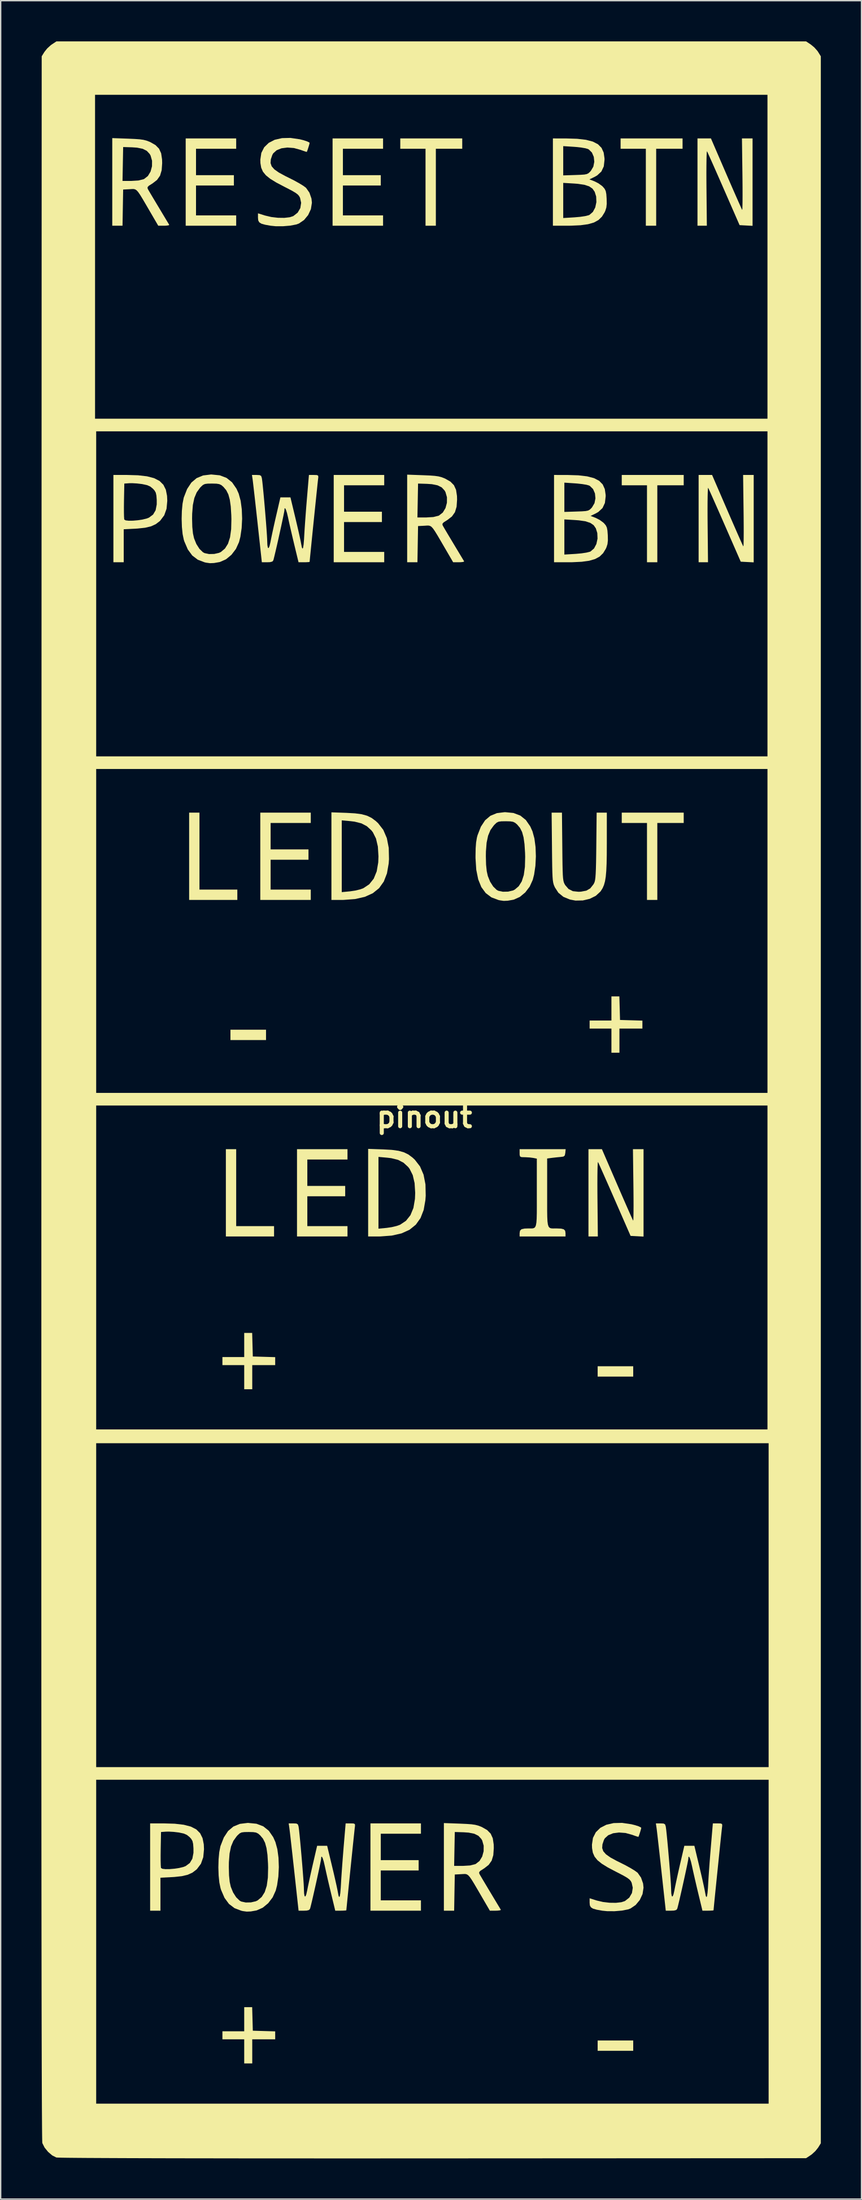
<source format=kicad_pcb>
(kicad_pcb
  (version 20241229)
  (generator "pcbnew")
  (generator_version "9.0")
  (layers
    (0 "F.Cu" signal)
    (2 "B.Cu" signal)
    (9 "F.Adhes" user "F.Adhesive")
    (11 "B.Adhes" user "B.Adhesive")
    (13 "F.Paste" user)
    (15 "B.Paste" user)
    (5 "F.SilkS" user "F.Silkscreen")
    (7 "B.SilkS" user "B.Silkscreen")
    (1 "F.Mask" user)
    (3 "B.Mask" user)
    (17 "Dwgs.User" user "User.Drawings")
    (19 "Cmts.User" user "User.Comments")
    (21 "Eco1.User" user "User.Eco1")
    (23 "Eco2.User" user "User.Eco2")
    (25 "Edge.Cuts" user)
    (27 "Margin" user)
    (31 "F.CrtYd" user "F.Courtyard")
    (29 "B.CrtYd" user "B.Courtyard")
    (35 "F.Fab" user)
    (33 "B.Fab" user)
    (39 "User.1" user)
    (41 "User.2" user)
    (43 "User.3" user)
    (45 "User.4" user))
  (footprint "pinout"
    (layer "F.Cu")
    (at 28.262 79.29)
    (property "Reference" "pinout" (at 0 0 0) (layer "F.SilkS") (effects (font (size 1.5 1.5) (thickness 0.3))))
    (attr board_only exclude_from_pos_files exclude_from_bom)
    (fp_poly (pts (xy -11.684 -6.054) (xy -11.684 -5.673) (xy -12.996 -5.673) (xy -14.309 -5.673) (xy -14.309 -6.054) (xy -14.309 -6.435) (xy -12.996 -6.435) (xy -11.684 -6.435)) (stroke (width 0) (type solid)) (fill yes) (layer "F.SilkS"))
    (fp_poly (pts (xy 15.409 18.754) (xy 15.409 19.135) (xy 14.097 19.135) (xy 12.785 19.135) (xy 12.785 18.754) (xy 12.785 18.373) (xy 14.097 18.373) (xy 15.409 18.373)) (stroke (width 0) (type solid)) (fill yes) (layer "F.SilkS"))
    (fp_poly (pts (xy 15.409 68.453) (xy 15.409 68.834) (xy 14.097 68.834) (xy 12.785 68.834) (xy 12.785 68.453) (xy 12.785 68.072) (xy 14.097 68.072) (xy 15.409 68.072)) (stroke (width 0) (type solid)) (fill yes) (layer "F.SilkS"))
    (fp_poly (pts (xy -16.595 -19.6) (xy -16.595 -16.764) (xy -15.198 -16.764) (xy -13.801 -16.764) (xy -13.801 -16.383) (xy -13.801 -16.002) (xy -15.579 -16.002) (xy -17.357 -16.002) (xy -17.357 -19.219) (xy -17.357 -22.437) (xy -16.976 -22.437) (xy -16.595 -22.437)) (stroke (width 0) (type solid)) (fill yes) (layer "F.SilkS"))
    (fp_poly (pts (xy -13.885 5.207) (xy -13.885 8.043) (xy -12.488 8.043) (xy -11.091 8.043) (xy -11.091 8.424) (xy -11.091 8.805) (xy -12.869 8.805) (xy -14.647 8.805) (xy -14.647 5.588) (xy -14.647 2.371) (xy -14.266 2.371) (xy -13.885 2.371)) (stroke (width 0) (type solid)) (fill yes) (layer "F.SilkS"))
    (fp_poly (pts (xy 2.794 -71.755) (xy 2.794 -71.374) (xy 1.82 -71.374) (xy 0.847 -71.374) (xy 0.847 -68.538) (xy 0.847 -65.701) (xy 0.466 -65.701) (xy 0.085 -65.701) (xy 0.085 -68.538) (xy 0.085 -71.374) (xy -0.847 -71.374) (xy -1.778 -71.374) (xy -1.778 -71.755) (xy -1.778 -72.136) (xy 0.508 -72.136) (xy 2.794 -72.136)) (stroke (width 0) (type solid)) (fill yes) (layer "F.SilkS"))
    (fp_poly (pts (xy 19.05 -71.755) (xy 19.05 -71.374) (xy 18.076 -71.374) (xy 17.103 -71.374) (xy 17.103 -68.538) (xy 17.103 -65.701) (xy 16.722 -65.701) (xy 16.341 -65.701) (xy 16.341 -68.538) (xy 16.341 -71.374) (xy 15.409 -71.374) (xy 14.478 -71.374) (xy 14.478 -71.755) (xy 14.478 -72.136) (xy 16.764 -72.136) (xy 19.05 -72.136)) (stroke (width 0) (type solid)) (fill yes) (layer "F.SilkS"))
    (fp_poly (pts (xy 19.135 -46.948) (xy 19.135 -46.567) (xy 18.161 -46.567) (xy 17.187 -46.567) (xy 17.187 -43.73) (xy 17.187 -40.894) (xy 16.806 -40.894) (xy 16.425 -40.894) (xy 16.425 -43.73) (xy 16.425 -46.567) (xy 15.494 -46.567) (xy 14.563 -46.567) (xy 14.563 -46.948) (xy 14.563 -47.329) (xy 16.849 -47.329) (xy 19.135 -47.329)) (stroke (width 0) (type solid)) (fill yes) (layer "F.SilkS"))
    (fp_poly (pts (xy 19.135 -22.056) (xy 19.135 -21.675) (xy 18.161 -21.675) (xy 17.187 -21.675) (xy 17.187 -18.838) (xy 17.187 -16.002) (xy 16.806 -16.002) (xy 16.425 -16.002) (xy 16.425 -18.838) (xy 16.425 -21.675) (xy 15.494 -21.675) (xy 14.563 -21.675) (xy 14.563 -22.056) (xy 14.563 -22.437) (xy 16.849 -22.437) (xy 19.135 -22.437)) (stroke (width 0) (type solid)) (fill yes) (layer "F.SilkS"))
    (fp_poly (pts (xy -13.885 -71.755) (xy -13.885 -71.374) (xy -15.367 -71.374) (xy -16.849 -71.374) (xy -16.849 -70.4) (xy -16.849 -69.427) (xy -15.452 -69.427) (xy -14.055 -69.427) (xy -14.055 -69.046) (xy -14.055 -68.665) (xy -15.452 -68.665) (xy -16.849 -68.665) (xy -16.849 -67.564) (xy -16.849 -66.463) (xy -15.367 -66.463) (xy -13.885 -66.463) (xy -13.885 -66.082) (xy -13.885 -65.701) (xy -15.748 -65.701) (xy -17.611 -65.701) (xy -17.611 -68.919) (xy -17.611 -72.136) (xy -15.748 -72.136) (xy -13.885 -72.136)) (stroke (width 0) (type solid)) (fill yes) (layer "F.SilkS"))
    (fp_poly (pts (xy -12.682 16.785) (xy -12.658 17.653) (xy -11.832 17.677) (xy -11.007 17.701) (xy -11.007 17.995) (xy -11.007 18.288) (xy -11.853 18.288) (xy -12.7 18.288) (xy -12.7 19.177) (xy -12.7 20.066) (xy -12.996 20.066) (xy -13.293 20.066) (xy -13.293 19.177) (xy -13.293 18.288) (xy -14.097 18.288) (xy -14.901 18.288) (xy -14.901 17.992) (xy -14.901 17.695) (xy -14.097 17.695) (xy -13.293 17.695) (xy -13.293 16.806) (xy -13.293 15.917) (xy -12.999 15.917) (xy -12.706 15.917)) (stroke (width 0) (type solid)) (fill yes) (layer "F.SilkS"))
    (fp_poly (pts (xy -12.682 66.484) (xy -12.658 67.352) (xy -11.832 67.377) (xy -11.007 67.401) (xy -11.007 67.694) (xy -11.007 67.987) (xy -11.853 67.987) (xy -12.7 67.987) (xy -12.7 68.876) (xy -12.7 69.765) (xy -12.996 69.765) (xy -13.293 69.765) (xy -13.293 68.876) (xy -13.293 67.987) (xy -14.097 67.987) (xy -14.901 67.987) (xy -14.901 67.691) (xy -14.901 67.395) (xy -14.097 67.395) (xy -13.293 67.395) (xy -13.293 66.506) (xy -13.293 65.617) (xy -12.999 65.617) (xy -12.706 65.617)) (stroke (width 0) (type solid)) (fill yes) (layer "F.SilkS"))
    (fp_poly (pts (xy -8.382 -22.056) (xy -8.382 -21.675) (xy -9.864 -21.675) (xy -11.345 -21.675) (xy -11.345 -20.701) (xy -11.345 -19.727) (xy -9.948 -19.727) (xy -8.551 -19.727) (xy -8.551 -19.346) (xy -8.551 -18.965) (xy -9.948 -18.965) (xy -11.345 -18.965) (xy -11.345 -17.865) (xy -11.345 -16.764) (xy -9.864 -16.764) (xy -8.382 -16.764) (xy -8.382 -16.383) (xy -8.382 -16.002) (xy -10.245 -16.002) (xy -12.107 -16.002) (xy -12.107 -19.219) (xy -12.107 -22.437) (xy -10.245 -22.437) (xy -8.382 -22.437)) (stroke (width 0) (type solid)) (fill yes) (layer "F.SilkS"))
    (fp_poly (pts (xy -5.673 2.752) (xy -5.673 3.133) (xy -7.154 3.133) (xy -8.636 3.133) (xy -8.636 4.106) (xy -8.636 5.08) (xy -7.239 5.08) (xy -5.842 5.08) (xy -5.842 5.461) (xy -5.842 5.842) (xy -7.239 5.842) (xy -8.636 5.842) (xy -8.636 6.943) (xy -8.636 8.043) (xy -7.154 8.043) (xy -5.673 8.043) (xy -5.673 8.424) (xy -5.673 8.805) (xy -7.535 8.805) (xy -9.398 8.805) (xy -9.398 5.588) (xy -9.398 2.371) (xy -7.535 2.371) (xy -5.673 2.371)) (stroke (width 0) (type solid)) (fill yes) (layer "F.SilkS"))
    (fp_poly (pts (xy -3.048 -71.755) (xy -3.048 -71.374) (xy -4.53 -71.374) (xy -6.011 -71.374) (xy -6.011 -70.4) (xy -6.011 -69.427) (xy -4.614 -69.427) (xy -3.217 -69.427) (xy -3.217 -69.046) (xy -3.217 -68.665) (xy -4.614 -68.665) (xy -6.011 -68.665) (xy -6.011 -67.564) (xy -6.011 -66.463) (xy -4.53 -66.463) (xy -3.048 -66.463) (xy -3.048 -66.082) (xy -3.048 -65.701) (xy -4.911 -65.701) (xy -6.773 -65.701) (xy -6.773 -68.919) (xy -6.773 -72.136) (xy -4.911 -72.136) (xy -3.048 -72.136)) (stroke (width 0) (type solid)) (fill yes) (layer "F.SilkS"))
    (fp_poly (pts (xy -2.963 -46.948) (xy -2.963 -46.567) (xy -4.445 -46.567) (xy -5.927 -46.567) (xy -5.927 -45.593) (xy -5.927 -44.619) (xy -4.53 -44.619) (xy -3.133 -44.619) (xy -3.133 -44.238) (xy -3.133 -43.857) (xy -4.53 -43.857) (xy -5.927 -43.857) (xy -5.927 -42.757) (xy -5.927 -41.656) (xy -4.445 -41.656) (xy -2.963 -41.656) (xy -2.963 -41.275) (xy -2.963 -40.894) (xy -4.826 -40.894) (xy -6.689 -40.894) (xy -6.689 -44.111) (xy -6.689 -47.329) (xy -4.826 -47.329) (xy -2.963 -47.329)) (stroke (width 0) (type solid)) (fill yes) (layer "F.SilkS"))
    (fp_poly (pts (xy -0.254 52.451) (xy -0.254 52.832) (xy -1.736 52.832) (xy -3.217 52.832) (xy -3.217 53.806) (xy -3.217 54.779) (xy -1.82 54.779) (xy -0.423 54.779) (xy -0.423 55.16) (xy -0.423 55.541) (xy -1.82 55.541) (xy -3.217 55.541) (xy -3.217 56.642) (xy -3.217 57.743) (xy -1.736 57.743) (xy -0.254 57.743) (xy -0.254 58.124) (xy -0.254 58.505) (xy -2.117 58.505) (xy -3.979 58.505) (xy -3.979 55.287) (xy -3.979 52.07) (xy -2.117 52.07) (xy -0.254 52.07)) (stroke (width 0) (type solid)) (fill yes) (layer "F.SilkS"))
    (fp_poly (pts (xy 14.412 -8.022) (xy 14.436 -7.154) (xy 15.261 -7.13) (xy 16.087 -7.106) (xy 16.087 -6.813) (xy 16.087 -6.519) (xy 15.24 -6.519) (xy 14.393 -6.519) (xy 14.393 -5.63) (xy 14.393 -4.741) (xy 14.097 -4.741) (xy 13.801 -4.741) (xy 13.801 -5.63) (xy 13.801 -6.519) (xy 12.996 -6.519) (xy 12.192 -6.519) (xy 12.192 -6.816) (xy 12.192 -7.112) (xy 12.996 -7.112) (xy 13.801 -7.112) (xy 13.801 -8.001) (xy 13.801 -8.89) (xy 14.094 -8.89) (xy 14.387 -8.89)) (stroke (width 0) (type solid)) (fill yes) (layer "F.SilkS"))
    (fp_poly (pts (xy 14.227 4.974) (xy 14.497 5.596) (xy 14.747 6.169) (xy 14.968 6.673) (xy 15.153 7.091) (xy 15.293 7.403) (xy 15.381 7.592) (xy 15.406 7.64) (xy 15.417 7.574) (xy 15.426 7.359) (xy 15.431 7.013) (xy 15.434 6.557) (xy 15.432 6.01) (xy 15.427 5.391) (xy 15.423 5.036) (xy 15.389 2.371) (xy 15.78 2.371) (xy 16.171 2.371) (xy 16.171 5.592) (xy 16.171 8.814) (xy 15.693 8.788) (xy 15.214 8.763) (xy 14.047 6.096) (xy 13.77 5.464) (xy 13.512 4.879) (xy 13.282 4.36) (xy 13.089 3.925) (xy 12.94 3.593) (xy 12.844 3.383) (xy 12.811 3.316) (xy 12.795 3.37) (xy 12.783 3.575) (xy 12.773 3.911) (xy 12.767 4.361) (xy 12.765 4.906) (xy 12.767 5.526) (xy 12.771 6.005) (xy 12.799 8.805) (xy 12.453 8.805) (xy 12.107 8.805) (xy 12.107 5.588) (xy 12.107 2.371) (xy 12.604 2.371) (xy 13.1 2.371)) (stroke (width 0) (type solid)) (fill yes) (layer "F.SilkS"))
    (fp_poly (pts (xy 22.27 -69.532) (xy 22.54 -68.91) (xy 22.79 -68.338) (xy 23.012 -67.834) (xy 23.197 -67.416) (xy 23.337 -67.104) (xy 23.424 -66.915) (xy 23.449 -66.867) (xy 23.461 -66.932) (xy 23.469 -67.148) (xy 23.475 -67.493) (xy 23.477 -67.95) (xy 23.476 -68.497) (xy 23.471 -69.115) (xy 23.467 -69.47) (xy 23.432 -72.136) (xy 23.823 -72.136) (xy 24.215 -72.136) (xy 24.215 -68.914) (xy 24.215 -65.693) (xy 23.736 -65.718) (xy 23.257 -65.744) (xy 22.09 -68.411) (xy 21.813 -69.043) (xy 21.555 -69.628) (xy 21.326 -70.147) (xy 21.132 -70.582) (xy 20.983 -70.913) (xy 20.887 -71.123) (xy 20.854 -71.19) (xy 20.839 -71.136) (xy 20.826 -70.932) (xy 20.817 -70.595) (xy 20.811 -70.145) (xy 20.808 -69.601) (xy 20.81 -68.98) (xy 20.814 -68.502) (xy 20.842 -65.701) (xy 20.496 -65.701) (xy 20.151 -65.701) (xy 20.151 -68.919) (xy 20.151 -72.136) (xy 20.647 -72.136) (xy 21.144 -72.136)) (stroke (width 0) (type solid)) (fill yes) (layer "F.SilkS"))
    (fp_poly (pts (xy 22.355 -44.725) (xy 22.625 -44.103) (xy 22.875 -43.531) (xy 23.096 -43.026) (xy 23.281 -42.609) (xy 23.421 -42.296) (xy 23.509 -42.108) (xy 23.534 -42.059) (xy 23.545 -42.125) (xy 23.554 -42.34) (xy 23.559 -42.686) (xy 23.562 -43.142) (xy 23.56 -43.689) (xy 23.555 -44.308) (xy 23.551 -44.663) (xy 23.517 -47.329) (xy 23.908 -47.329) (xy 24.299 -47.329) (xy 24.299 -44.107) (xy 24.299 -40.886) (xy 23.821 -40.911) (xy 23.342 -40.936) (xy 22.175 -43.603) (xy 21.898 -44.235) (xy 21.64 -44.82) (xy 21.41 -45.339) (xy 21.217 -45.774) (xy 21.068 -46.106) (xy 20.972 -46.316) (xy 20.939 -46.383) (xy 20.923 -46.329) (xy 20.911 -46.124) (xy 20.901 -45.788) (xy 20.895 -45.338) (xy 20.893 -44.794) (xy 20.895 -44.173) (xy 20.899 -43.695) (xy 20.927 -40.894) (xy 20.581 -40.894) (xy 20.235 -40.894) (xy 20.235 -44.111) (xy 20.235 -47.329) (xy 20.732 -47.329) (xy 21.228 -47.329)) (stroke (width 0) (type solid)) (fill yes) (layer "F.SilkS"))
    (fp_poly (pts (xy -5.736 -22.42) (xy -5.112 -22.384) (xy -4.62 -22.318) (xy -4.226 -22.209) (xy -3.893 -22.046) (xy -3.586 -21.818) (xy -3.413 -21.658) (xy -3.031 -21.166) (xy -2.769 -20.558) (xy -2.629 -19.838) (xy -2.61 -19.009) (xy -2.634 -18.68) (xy -2.761 -17.958) (xy -2.994 -17.356) (xy -3.341 -16.87) (xy -3.805 -16.496) (xy -4.393 -16.23) (xy -5.11 -16.067) (xy -5.961 -16.003) (xy -6.112 -16.002) (xy -6.858 -16.002) (xy -6.858 -19.23) (xy -6.858 -21.867) (xy -6.096 -21.867) (xy -6.096 -19.222) (xy -6.096 -16.577) (xy -5.482 -16.636) (xy -5.113 -16.69) (xy -4.756 -16.775) (xy -4.508 -16.863) (xy -4.068 -17.156) (xy -3.738 -17.569) (xy -3.518 -18.106) (xy -3.404 -18.77) (xy -3.387 -19.214) (xy -3.432 -19.937) (xy -3.569 -20.525) (xy -3.8 -20.988) (xy -3.911 -21.131) (xy -4.249 -21.439) (xy -4.648 -21.647) (xy -5.148 -21.772) (xy -5.448 -21.809) (xy -6.096 -21.867) (xy -6.858 -21.867) (xy -6.858 -22.459)) (stroke (width 0) (type solid)) (fill yes) (layer "F.SilkS"))
    (fp_poly (pts (xy -3.027 2.388) (xy -2.402 2.423) (xy -1.911 2.49) (xy -1.516 2.599) (xy -1.183 2.761) (xy -0.876 2.989) (xy -0.703 3.15) (xy -0.322 3.641) (xy -0.06 4.249) (xy 0.081 4.97) (xy 0.099 5.799) (xy 0.075 6.128) (xy -0.051 6.849) (xy -0.285 7.451) (xy -0.632 7.937) (xy -1.096 8.311) (xy -1.684 8.578) (xy -2.401 8.74) (xy -3.252 8.804) (xy -3.402 8.805) (xy -4.149 8.805) (xy -4.149 5.577) (xy -4.149 2.94) (xy -3.387 2.94) (xy -3.387 5.585) (xy -3.387 8.23) (xy -2.773 8.172) (xy -2.404 8.117) (xy -2.047 8.032) (xy -1.799 7.944) (xy -1.359 7.651) (xy -1.029 7.238) (xy -0.808 6.701) (xy -0.695 6.037) (xy -0.677 5.594) (xy -0.722 4.87) (xy -0.859 4.282) (xy -1.091 3.819) (xy -1.202 3.677) (xy -1.54 3.368) (xy -1.939 3.16) (xy -2.439 3.035) (xy -2.739 2.999) (xy -3.387 2.94) (xy -4.149 2.94) (xy -4.149 2.349)) (stroke (width 0) (type solid)) (fill yes) (layer "F.SilkS"))
    (fp_poly (pts (xy 10.398 2.646) (xy 10.361 2.833) (xy 10.262 2.916) (xy 10.075 2.942) (xy 9.789 2.969) (xy 9.469 3.005) (xy 9.419 3.011) (xy 9.059 3.058) (xy 9.059 5.584) (xy 9.059 6.322) (xy 9.059 6.907) (xy 9.066 7.358) (xy 9.083 7.693) (xy 9.115 7.927) (xy 9.167 8.079) (xy 9.242 8.166) (xy 9.346 8.206) (xy 9.483 8.216) (xy 9.657 8.213) (xy 9.737 8.213) (xy 10.08 8.226) (xy 10.286 8.278) (xy 10.387 8.384) (xy 10.414 8.56) (xy 10.414 8.56) (xy 10.414 8.805) (xy 8.721 8.805) (xy 7.027 8.805) (xy 7.027 8.56) (xy 7.057 8.379) (xy 7.166 8.272) (xy 7.386 8.223) (xy 7.662 8.213) (xy 7.841 8.215) (xy 7.982 8.211) (xy 8.091 8.184) (xy 8.172 8.114) (xy 8.228 7.986) (xy 8.265 7.782) (xy 8.286 7.484) (xy 8.296 7.075) (xy 8.298 6.537) (xy 8.297 5.853) (xy 8.297 5.59) (xy 8.297 3.069) (xy 8.033 3.016) (xy 7.772 2.982) (xy 7.463 2.964) (xy 7.398 2.963) (xy 7.168 2.956) (xy 7.061 2.911) (xy 7.029 2.789) (xy 7.027 2.667) (xy 7.027 2.371) (xy 8.726 2.371) (xy 10.425 2.371)) (stroke (width 0) (type solid)) (fill yes) (layer "F.SilkS"))
    (fp_poly (pts (xy -21.129 -47.305) (xy -20.465 -47.229) (xy -19.94 -47.092) (xy -19.541 -46.887) (xy -19.258 -46.607) (xy -19.076 -46.242) (xy -18.986 -45.786) (xy -18.969 -45.424) (xy -19.024 -44.834) (xy -19.194 -44.355) (xy -19.488 -43.963) (xy -19.526 -43.925) (xy -19.82 -43.701) (xy -20.167 -43.542) (xy -20.604 -43.438) (xy -21.165 -43.378) (xy -21.315 -43.369) (xy -22.183 -43.325) (xy -22.183 -42.11) (xy -22.183 -40.894) (xy -22.564 -40.894) (xy -22.945 -40.894) (xy -22.945 -44.111) (xy -22.945 -44.974) (xy -22.169 -44.974) (xy -22.168 -44.575) (xy -22.161 -44.265) (xy -22.148 -44.076) (xy -22.141 -44.039) (xy -22.036 -43.981) (xy -21.808 -43.955) (xy -21.498 -43.959) (xy -21.149 -43.989) (xy -20.804 -44.041) (xy -20.503 -44.113) (xy -20.321 -44.183) (xy -20.018 -44.408) (xy -19.83 -44.726) (xy -19.748 -45.154) (xy -19.747 -45.488) (xy -19.772 -45.812) (xy -19.82 -46.025) (xy -19.912 -46.186) (xy -20.031 -46.317) (xy -20.227 -46.476) (xy -20.463 -46.579) (xy -20.8 -46.652) (xy -20.845 -46.66) (xy -21.204 -46.702) (xy -21.557 -46.723) (xy -21.772 -46.72) (xy -22.14 -46.694) (xy -22.164 -45.427) (xy -22.169 -44.974) (xy -22.945 -44.974) (xy -22.945 -47.329) (xy -21.944 -47.329)) (stroke (width 0) (type solid)) (fill yes) (layer "F.SilkS"))
    (fp_poly (pts (xy -18.42 52.094) (xy -17.756 52.17) (xy -17.23 52.307) (xy -16.832 52.511) (xy -16.548 52.792) (xy -16.367 53.157) (xy -16.276 53.613) (xy -16.26 53.975) (xy -16.315 54.564) (xy -16.485 55.044) (xy -16.778 55.436) (xy -16.817 55.473) (xy -17.11 55.698) (xy -17.458 55.856) (xy -17.895 55.96) (xy -18.455 56.021) (xy -18.605 56.029) (xy -19.473 56.074) (xy -19.473 57.289) (xy -19.473 58.505) (xy -19.854 58.505) (xy -20.235 58.505) (xy -20.235 55.287) (xy -20.235 54.425) (xy -19.46 54.425) (xy -19.459 54.823) (xy -19.451 55.134) (xy -19.439 55.323) (xy -19.431 55.359) (xy -19.327 55.418) (xy -19.098 55.443) (xy -18.789 55.44) (xy -18.44 55.41) (xy -18.094 55.358) (xy -17.793 55.286) (xy -17.612 55.216) (xy -17.309 54.991) (xy -17.12 54.673) (xy -17.038 54.244) (xy -17.038 53.91) (xy -17.062 53.586) (xy -17.111 53.373) (xy -17.203 53.212) (xy -17.322 53.082) (xy -17.517 52.923) (xy -17.753 52.819) (xy -18.091 52.746) (xy -18.136 52.739) (xy -18.495 52.696) (xy -18.848 52.676) (xy -19.063 52.679) (xy -19.431 52.705) (xy -19.455 53.971) (xy -19.46 54.425) (xy -20.235 54.425) (xy -20.235 52.07) (xy -19.235 52.07)) (stroke (width 0) (type solid)) (fill yes) (layer "F.SilkS"))
    (fp_poly (pts (xy 10.177 -19.918) (xy 10.184 -19.197) (xy 10.192 -18.626) (xy 10.202 -18.184) (xy 10.215 -17.85) (xy 10.233 -17.605) (xy 10.258 -17.428) (xy 10.29 -17.3) (xy 10.332 -17.199) (xy 10.385 -17.106) (xy 10.394 -17.091) (xy 10.639 -16.808) (xy 10.957 -16.648) (xy 11.375 -16.603) (xy 11.556 -16.612) (xy 11.95 -16.686) (xy 12.237 -16.852) (xy 12.468 -17.142) (xy 12.518 -17.229) (xy 12.56 -17.326) (xy 12.593 -17.461) (xy 12.619 -17.654) (xy 12.639 -17.924) (xy 12.655 -18.291) (xy 12.668 -18.773) (xy 12.678 -19.391) (xy 12.685 -19.96) (xy 12.711 -22.437) (xy 13.087 -22.437) (xy 13.462 -22.437) (xy 13.462 -20.168) (xy 13.458 -19.352) (xy 13.446 -18.685) (xy 13.421 -18.146) (xy 13.383 -17.716) (xy 13.327 -17.374) (xy 13.251 -17.1) (xy 13.153 -16.873) (xy 13.029 -16.675) (xy 12.988 -16.618) (xy 12.651 -16.307) (xy 12.205 -16.085) (xy 11.692 -15.964) (xy 11.152 -15.954) (xy 10.747 -16.028) (xy 10.256 -16.23) (xy 9.888 -16.531) (xy 9.638 -16.913) (xy 9.582 -17.032) (xy 9.537 -17.151) (xy 9.503 -17.29) (xy 9.476 -17.469) (xy 9.457 -17.71) (xy 9.443 -18.033) (xy 9.432 -18.458) (xy 9.424 -19.007) (xy 9.416 -19.7) (xy 9.415 -19.875) (xy 9.389 -22.437) (xy 9.77 -22.437) (xy 10.151 -22.437)) (stroke (width 0) (type solid)) (fill yes) (layer "F.SilkS"))
    (fp_poly (pts (xy -21.857 -72.118) (xy -21.362 -72.096) (xy -20.998 -72.07) (xy -20.724 -72.031) (xy -20.503 -71.975) (xy -20.294 -71.896) (xy -20.219 -71.863) (xy -19.837 -71.644) (xy -19.577 -71.38) (xy -19.422 -71.039) (xy -19.354 -70.586) (xy -19.346 -70.316) (xy -19.383 -69.793) (xy -19.503 -69.391) (xy -19.725 -69.076) (xy -20.066 -68.813) (xy -20.115 -68.783) (xy -20.332 -68.645) (xy -20.425 -68.544) (xy -20.419 -68.443) (xy -20.398 -68.398) (xy -20.355 -68.321) (xy -20.277 -68.188) (xy -20.157 -67.985) (xy -19.987 -67.7) (xy -19.758 -67.318) (xy -19.463 -66.827) (xy -19.094 -66.212) (xy -18.824 -65.765) (xy -18.877 -65.729) (xy -19.055 -65.706) (xy -19.211 -65.701) (xy -19.636 -65.701) (xy -20.242 -66.739) (xy -20.554 -67.275) (xy -20.795 -67.684) (xy -20.978 -67.983) (xy -21.12 -68.187) (xy -21.236 -68.314) (xy -21.342 -68.381) (xy -21.452 -68.406) (xy -21.582 -68.404) (xy -21.742 -68.394) (xy -22.225 -68.368) (xy -22.248 -67.035) (xy -22.272 -65.701) (xy -22.65 -65.701) (xy -23.029 -65.701) (xy -23.029 -68.931) (xy -23.029 -69.003) (xy -22.272 -69.003) (xy -21.626 -69.003) (xy -21.095 -69.035) (xy -20.717 -69.13) (xy -20.681 -69.145) (xy -20.401 -69.365) (xy -20.203 -69.693) (xy -20.097 -70.084) (xy -20.093 -70.492) (xy -20.202 -70.873) (xy -20.268 -70.99) (xy -20.482 -71.22) (xy -20.784 -71.372) (xy -21.203 -71.456) (xy -21.566 -71.481) (xy -22.225 -71.501) (xy -22.248 -70.252) (xy -22.272 -69.003) (xy -23.029 -69.003) (xy -23.029 -72.16)) (stroke (width 0) (type solid)) (fill yes) (layer "F.SilkS"))
    (fp_poly (pts (xy -0.097 -47.31) (xy 0.397 -47.289) (xy 0.762 -47.262) (xy 1.035 -47.224) (xy 1.257 -47.168) (xy 1.466 -47.088) (xy 1.54 -47.055) (xy 1.923 -46.837) (xy 2.182 -46.573) (xy 2.337 -46.231) (xy 2.406 -45.779) (xy 2.413 -45.508) (xy 2.377 -44.986) (xy 2.256 -44.584) (xy 2.034 -44.269) (xy 1.693 -44.005) (xy 1.645 -43.976) (xy 1.427 -43.838) (xy 1.335 -43.737) (xy 1.34 -43.636) (xy 1.361 -43.591) (xy 1.405 -43.514) (xy 1.482 -43.38) (xy 1.602 -43.178) (xy 1.772 -42.892) (xy 2.001 -42.511) (xy 2.296 -42.019) (xy 2.666 -41.405) (xy 2.935 -40.958) (xy 2.882 -40.922) (xy 2.704 -40.899) (xy 2.548 -40.894) (xy 2.123 -40.894) (xy 1.518 -41.931) (xy 1.205 -42.468) (xy 0.965 -42.877) (xy 0.781 -43.175) (xy 0.639 -43.38) (xy 0.523 -43.507) (xy 0.418 -43.574) (xy 0.308 -43.598) (xy 0.178 -43.597) (xy 0.017 -43.586) (xy -0.466 -43.561) (xy -0.489 -42.227) (xy -0.512 -40.894) (xy -0.891 -40.894) (xy -1.27 -40.894) (xy -1.27 -44.123) (xy -1.27 -44.196) (xy -0.513 -44.196) (xy 0.133 -44.196) (xy 0.664 -44.228) (xy 1.042 -44.322) (xy 1.078 -44.338) (xy 1.358 -44.558) (xy 1.557 -44.886) (xy 1.663 -45.277) (xy 1.666 -45.685) (xy 1.557 -46.065) (xy 1.491 -46.183) (xy 1.278 -46.412) (xy 0.975 -46.564) (xy 0.556 -46.649) (xy 0.193 -46.673) (xy -0.466 -46.694) (xy -0.489 -45.445) (xy -0.513 -44.196) (xy -1.27 -44.196) (xy -1.27 -47.352)) (stroke (width 0) (type solid)) (fill yes) (layer "F.SilkS"))
    (fp_poly (pts (xy 2.612 52.088) (xy 3.107 52.11) (xy 3.471 52.136) (xy 3.744 52.175) (xy 3.966 52.231) (xy 4.175 52.31) (xy 4.249 52.343) (xy 4.632 52.562) (xy 4.892 52.826) (xy 5.047 53.167) (xy 5.115 53.62) (xy 5.122 53.89) (xy 5.086 54.413) (xy 4.966 54.815) (xy 4.743 55.13) (xy 4.403 55.393) (xy 4.354 55.423) (xy 4.137 55.561) (xy 4.044 55.662) (xy 4.049 55.763) (xy 4.071 55.808) (xy 4.114 55.885) (xy 4.192 56.018) (xy 4.311 56.221) (xy 4.482 56.506) (xy 4.71 56.888) (xy 5.005 57.379) (xy 5.375 57.994) (xy 5.644 58.441) (xy 5.591 58.477) (xy 5.413 58.5) (xy 5.258 58.505) (xy 4.832 58.505) (xy 4.227 57.468) (xy 3.914 56.931) (xy 3.674 56.522) (xy 3.49 56.223) (xy 3.348 56.019) (xy 3.232 55.892) (xy 3.127 55.825) (xy 3.017 55.8) (xy 2.887 55.802) (xy 2.727 55.812) (xy 2.244 55.838) (xy 2.22 57.171) (xy 2.197 58.505) (xy 1.818 58.505) (xy 1.439 58.505) (xy 1.439 55.275) (xy 1.439 55.203) (xy 2.197 55.203) (xy 2.842 55.203) (xy 3.374 55.171) (xy 3.752 55.076) (xy 3.787 55.061) (xy 4.068 54.841) (xy 4.266 54.513) (xy 4.372 54.122) (xy 4.376 53.714) (xy 4.267 53.333) (xy 4.201 53.216) (xy 3.987 52.986) (xy 3.684 52.834) (xy 3.265 52.75) (xy 2.902 52.725) (xy 2.244 52.705) (xy 2.22 53.954) (xy 2.197 55.203) (xy 1.439 55.203) (xy 1.439 52.046)) (stroke (width 0) (type solid)) (fill yes) (layer "F.SilkS"))
    (fp_poly (pts (xy 6.575 -22.411) (xy 7.079 -22.22) (xy 7.488 -21.892) (xy 7.814 -21.42) (xy 7.976 -21.058) (xy 8.119 -20.534) (xy 8.203 -19.902) (xy 8.227 -19.215) (xy 8.193 -18.522) (xy 8.098 -17.876) (xy 7.998 -17.484) (xy 7.771 -16.984) (xy 7.442 -16.553) (xy 7.042 -16.223) (xy 6.604 -16.027) (xy 6.536 -16.011) (xy 6.155 -15.945) (xy 5.857 -15.932) (xy 5.566 -15.973) (xy 5.461 -15.997) (xy 4.945 -16.192) (xy 4.526 -16.508) (xy 4.202 -16.948) (xy 3.971 -17.519) (xy 3.829 -18.225) (xy 3.774 -19.073) (xy 3.773 -19.219) (xy 4.536 -19.219) (xy 4.552 -18.602) (xy 4.602 -18.119) (xy 4.682 -17.764) (xy 4.852 -17.345) (xy 5.078 -16.991) (xy 5.33 -16.745) (xy 5.454 -16.677) (xy 5.786 -16.606) (xy 6.171 -16.614) (xy 6.524 -16.695) (xy 6.663 -16.76) (xy 6.961 -17.013) (xy 7.184 -17.368) (xy 7.335 -17.839) (xy 7.418 -18.438) (xy 7.437 -19.179) (xy 7.429 -19.47) (xy 7.388 -20.113) (xy 7.318 -20.616) (xy 7.21 -21.006) (xy 7.056 -21.31) (xy 6.849 -21.556) (xy 6.849 -21.557) (xy 6.695 -21.688) (xy 6.543 -21.761) (xy 6.336 -21.794) (xy 6.018 -21.802) (xy 5.999 -21.802) (xy 5.683 -21.797) (xy 5.48 -21.77) (xy 5.335 -21.7) (xy 5.192 -21.567) (xy 5.12 -21.49) (xy 4.875 -21.152) (xy 4.702 -20.736) (xy 4.592 -20.219) (xy 4.541 -19.576) (xy 4.536 -19.219) (xy 3.773 -19.219) (xy 3.783 -19.793) (xy 3.816 -20.238) (xy 3.876 -20.596) (xy 3.924 -20.776) (xy 4.168 -21.4) (xy 4.479 -21.873) (xy 4.869 -22.203) (xy 5.347 -22.4) (xy 5.923 -22.471) (xy 5.969 -22.471)) (stroke (width 0) (type solid)) (fill yes) (layer "F.SilkS"))
    (fp_poly (pts (xy -9.193 -72.073) (xy -8.911 -72.002) (xy -8.666 -71.922) (xy -8.504 -71.846) (xy -8.467 -71.808) (xy -8.491 -71.697) (xy -8.548 -71.503) (xy -8.614 -71.299) (xy -8.665 -71.161) (xy -8.675 -71.143) (xy -8.754 -71.16) (xy -8.944 -71.224) (xy -9.129 -71.291) (xy -9.626 -71.428) (xy -10.108 -71.464) (xy -10.544 -71.408) (xy -10.903 -71.263) (xy -11.154 -71.035) (xy -11.221 -70.914) (xy -11.33 -70.592) (xy -11.349 -70.32) (xy -11.267 -70.081) (xy -11.069 -69.855) (xy -10.742 -69.624) (xy -10.272 -69.368) (xy -10.034 -69.251) (xy -9.623 -69.044) (xy -9.246 -68.836) (xy -8.942 -68.65) (xy -8.748 -68.508) (xy -8.729 -68.491) (xy -8.481 -68.138) (xy -8.331 -67.703) (xy -8.298 -67.395) (xy -8.372 -66.925) (xy -8.575 -66.488) (xy -8.878 -66.122) (xy -9.255 -65.865) (xy -9.442 -65.795) (xy -9.897 -65.707) (xy -10.436 -65.662) (xy -10.976 -65.664) (xy -11.346 -65.701) (xy -11.757 -65.775) (xy -12.027 -65.853) (xy -12.185 -65.953) (xy -12.259 -66.092) (xy -12.277 -66.283) (xy -12.277 -66.615) (xy -11.748 -66.45) (xy -11.292 -66.343) (xy -10.804 -66.286) (xy -10.334 -66.28) (xy -9.932 -66.326) (xy -9.674 -66.41) (xy -9.351 -66.663) (xy -9.152 -67.003) (xy -9.092 -67.391) (xy -9.173 -67.757) (xy -9.241 -67.887) (xy -9.343 -68.004) (xy -9.507 -68.127) (xy -9.758 -68.275) (xy -10.124 -68.467) (xy -10.342 -68.578) (xy -10.93 -68.887) (xy -11.375 -69.161) (xy -11.696 -69.42) (xy -11.912 -69.685) (xy -12.039 -69.975) (xy -12.097 -70.313) (xy -12.105 -70.57) (xy -12.03 -71.069) (xy -11.819 -71.484) (xy -11.485 -71.809) (xy -11.042 -72.036) (xy -10.503 -72.159) (xy -9.882 -72.174)) (stroke (width 0) (type solid)) (fill yes) (layer "F.SilkS"))
    (fp_poly (pts (xy 15.275 52.133) (xy 15.557 52.204) (xy 15.803 52.284) (xy 15.964 52.36) (xy 16.002 52.398) (xy 15.978 52.509) (xy 15.921 52.703) (xy 15.855 52.907) (xy 15.803 53.045) (xy 15.794 53.063) (xy 15.715 53.046) (xy 15.524 52.982) (xy 15.34 52.915) (xy 14.843 52.778) (xy 14.361 52.742) (xy 13.925 52.798) (xy 13.566 52.943) (xy 13.314 53.171) (xy 13.247 53.292) (xy 13.139 53.614) (xy 13.119 53.886) (xy 13.202 54.125) (xy 13.4 54.351) (xy 13.727 54.582) (xy 14.196 54.838) (xy 14.435 54.955) (xy 14.846 55.162) (xy 15.222 55.37) (xy 15.527 55.556) (xy 15.721 55.698) (xy 15.739 55.715) (xy 15.987 56.068) (xy 16.138 56.503) (xy 16.17 56.811) (xy 16.097 57.281) (xy 15.894 57.718) (xy 15.59 58.084) (xy 15.213 58.341) (xy 15.026 58.411) (xy 14.571 58.499) (xy 14.033 58.544) (xy 13.492 58.542) (xy 13.122 58.505) (xy 12.712 58.431) (xy 12.441 58.353) (xy 12.284 58.253) (xy 12.21 58.114) (xy 12.192 57.923) (xy 12.192 57.591) (xy 12.721 57.756) (xy 13.177 57.863) (xy 13.664 57.92) (xy 14.134 57.926) (xy 14.537 57.88) (xy 14.795 57.796) (xy 15.118 57.543) (xy 15.316 57.203) (xy 15.376 56.815) (xy 15.295 56.449) (xy 15.228 56.319) (xy 15.126 56.202) (xy 14.962 56.079) (xy 14.71 55.931) (xy 14.344 55.739) (xy 14.126 55.628) (xy 13.539 55.319) (xy 13.094 55.045) (xy 12.772 54.786) (xy 12.557 54.521) (xy 12.43 54.231) (xy 12.372 53.893) (xy 12.364 53.636) (xy 12.439 53.137) (xy 12.65 52.722) (xy 12.984 52.397) (xy 13.427 52.17) (xy 13.966 52.047) (xy 14.586 52.032)) (stroke (width 0) (type solid)) (fill yes) (layer "F.SilkS"))
    (fp_poly (pts (xy -15.099 -47.303) (xy -14.596 -47.112) (xy -14.187 -46.784) (xy -13.861 -46.312) (xy -13.699 -45.95) (xy -13.556 -45.426) (xy -13.472 -44.794) (xy -13.447 -44.107) (xy -13.482 -43.414) (xy -13.576 -42.768) (xy -13.677 -42.376) (xy -13.904 -41.876) (xy -14.233 -41.445) (xy -14.632 -41.115) (xy -15.071 -40.919) (xy -15.138 -40.903) (xy -15.519 -40.837) (xy -15.817 -40.824) (xy -16.109 -40.865) (xy -16.214 -40.889) (xy -16.718 -41.08) (xy -17.128 -41.392) (xy -17.455 -41.837) (xy -17.71 -42.427) (xy -17.751 -42.554) (xy -17.838 -42.971) (xy -17.891 -43.499) (xy -17.909 -44.084) (xy -17.909 -44.111) (xy -17.139 -44.111) (xy -17.123 -43.494) (xy -17.073 -43.011) (xy -16.993 -42.656) (xy -16.823 -42.237) (xy -16.597 -41.883) (xy -16.344 -41.637) (xy -16.221 -41.569) (xy -15.889 -41.498) (xy -15.504 -41.506) (xy -15.15 -41.587) (xy -15.012 -41.652) (xy -14.713 -41.905) (xy -14.49 -42.26) (xy -14.339 -42.731) (xy -14.256 -43.33) (xy -14.238 -44.071) (xy -14.246 -44.362) (xy -14.286 -45.005) (xy -14.357 -45.508) (xy -14.465 -45.898) (xy -14.619 -46.202) (xy -14.825 -46.448) (xy -14.826 -46.449) (xy -14.979 -46.58) (xy -15.132 -46.653) (xy -15.339 -46.686) (xy -15.657 -46.694) (xy -15.675 -46.694) (xy -15.992 -46.689) (xy -16.194 -46.662) (xy -16.339 -46.592) (xy -16.483 -46.459) (xy -16.555 -46.382) (xy -16.799 -46.044) (xy -16.973 -45.628) (xy -17.082 -45.111) (xy -17.133 -44.468) (xy -17.139 -44.111) (xy -17.909 -44.111) (xy -17.894 -44.671) (xy -17.844 -45.207) (xy -17.76 -45.636) (xy -17.751 -45.668) (xy -17.507 -46.292) (xy -17.195 -46.765) (xy -16.806 -47.095) (xy -16.328 -47.292) (xy -15.752 -47.363) (xy -15.706 -47.363)) (stroke (width 0) (type solid)) (fill yes) (layer "F.SilkS"))
    (fp_poly (pts (xy -12.39 52.096) (xy -11.887 52.287) (xy -11.477 52.614) (xy -11.152 53.086) (xy -10.99 53.449) (xy -10.847 53.973) (xy -10.763 54.604) (xy -10.738 55.292) (xy -10.773 55.985) (xy -10.867 56.631) (xy -10.967 57.022) (xy -11.194 57.523) (xy -11.523 57.954) (xy -11.923 58.283) (xy -12.362 58.479) (xy -12.429 58.495) (xy -12.81 58.562) (xy -13.108 58.574) (xy -13.4 58.534) (xy -13.504 58.51) (xy -14.008 58.319) (xy -14.419 58.006) (xy -14.746 57.561) (xy -15.001 56.972) (xy -15.041 56.844) (xy -15.128 56.428) (xy -15.181 55.9) (xy -15.2 55.315) (xy -15.199 55.287) (xy -14.429 55.287) (xy -14.413 55.905) (xy -14.363 56.388) (xy -14.284 56.742) (xy -14.113 57.162) (xy -13.887 57.515) (xy -13.635 57.761) (xy -13.511 57.83) (xy -13.18 57.901) (xy -12.795 57.893) (xy -12.441 57.812) (xy -12.302 57.746) (xy -12.004 57.494) (xy -11.781 57.138) (xy -11.63 56.668) (xy -11.547 56.068) (xy -11.529 55.328) (xy -11.537 55.037) (xy -11.577 54.393) (xy -11.648 53.891) (xy -11.756 53.501) (xy -11.909 53.197) (xy -12.116 52.951) (xy -12.117 52.95) (xy -12.27 52.819) (xy -12.422 52.745) (xy -12.629 52.713) (xy -12.947 52.705) (xy -12.966 52.705) (xy -13.282 52.71) (xy -13.485 52.737) (xy -13.63 52.807) (xy -13.774 52.939) (xy -13.846 53.017) (xy -14.09 53.355) (xy -14.264 53.77) (xy -14.373 54.287) (xy -14.424 54.931) (xy -14.429 55.287) (xy -15.199 55.287) (xy -15.184 54.727) (xy -15.135 54.192) (xy -15.051 53.762) (xy -15.041 53.73) (xy -14.797 53.107) (xy -14.486 52.634) (xy -14.096 52.304) (xy -13.619 52.107) (xy -13.043 52.036) (xy -12.996 52.036)) (stroke (width 0) (type solid)) (fill yes) (layer "F.SilkS"))
    (fp_poly (pts (xy 10.477 -72.134) (xy 11.277 -72.109) (xy 11.925 -72.034) (xy 12.433 -71.901) (xy 12.811 -71.704) (xy 13.073 -71.438) (xy 13.229 -71.094) (xy 13.29 -70.668) (xy 13.292 -70.561) (xy 13.237 -70.074) (xy 13.061 -69.697) (xy 12.752 -69.41) (xy 12.544 -69.293) (xy 12.178 -69.117) (xy 12.551 -68.974) (xy 12.844 -68.825) (xy 13.112 -68.631) (xy 13.171 -68.574) (xy 13.302 -68.419) (xy 13.381 -68.256) (xy 13.424 -68.032) (xy 13.448 -67.694) (xy 13.448 -67.69) (xy 13.456 -67.315) (xy 13.426 -67.04) (xy 13.349 -66.798) (xy 13.299 -66.688) (xy 13.102 -66.369) (xy 12.846 -66.121) (xy 12.51 -65.937) (xy 12.074 -65.812) (xy 11.519 -65.736) (xy 10.825 -65.704) (xy 10.529 -65.701) (xy 9.483 -65.701) (xy 9.483 -68.859) (xy 10.245 -68.859) (xy 10.245 -67.564) (xy 10.245 -66.268) (xy 11.088 -66.32) (xy 11.507 -66.357) (xy 11.867 -66.411) (xy 12.12 -66.474) (xy 12.178 -66.498) (xy 12.433 -66.719) (xy 12.608 -67.048) (xy 12.692 -67.442) (xy 12.675 -67.855) (xy 12.566 -68.201) (xy 12.405 -68.433) (xy 12.16 -68.603) (xy 11.807 -68.718) (xy 11.321 -68.79) (xy 11.042 -68.811) (xy 10.245 -68.859) (xy 9.483 -68.859) (xy 9.483 -68.919) (xy 9.483 -71.569) (xy 10.245 -71.569) (xy 10.245 -70.49) (xy 10.245 -69.411) (xy 11.141 -69.44) (xy 11.54 -69.455) (xy 11.808 -69.474) (xy 11.984 -69.509) (xy 12.106 -69.57) (xy 12.212 -69.667) (xy 12.284 -69.746) (xy 12.467 -70.056) (xy 12.537 -70.415) (xy 12.5 -70.776) (xy 12.362 -71.094) (xy 12.13 -71.324) (xy 12.061 -71.36) (xy 11.876 -71.412) (xy 11.574 -71.463) (xy 11.208 -71.504) (xy 11.039 -71.517) (xy 10.245 -71.569) (xy 9.483 -71.569) (xy 9.483 -72.136)) (stroke (width 0) (type solid)) (fill yes) (layer "F.SilkS"))
    (fp_poly (pts (xy 10.562 -47.327) (xy 11.362 -47.302) (xy 12.01 -47.226) (xy 12.517 -47.094) (xy 12.896 -46.897) (xy 13.158 -46.63) (xy 13.313 -46.287) (xy 13.375 -45.86) (xy 13.377 -45.754) (xy 13.321 -45.267) (xy 13.145 -44.89) (xy 12.837 -44.602) (xy 12.629 -44.485) (xy 12.262 -44.309) (xy 12.636 -44.166) (xy 12.928 -44.018) (xy 13.197 -43.823) (xy 13.256 -43.767) (xy 13.387 -43.612) (xy 13.465 -43.449) (xy 13.508 -43.225) (xy 13.533 -42.886) (xy 13.533 -42.883) (xy 13.541 -42.507) (xy 13.511 -42.232) (xy 13.434 -41.991) (xy 13.383 -41.88) (xy 13.187 -41.561) (xy 12.931 -41.313) (xy 12.594 -41.13) (xy 12.159 -41.004) (xy 11.604 -40.929) (xy 10.91 -40.896) (xy 10.614 -40.894) (xy 9.567 -40.894) (xy 9.567 -44.052) (xy 10.329 -44.052) (xy 10.329 -42.756) (xy 10.329 -41.461) (xy 11.173 -41.512) (xy 11.592 -41.55) (xy 11.951 -41.604) (xy 12.205 -41.667) (xy 12.262 -41.691) (xy 12.518 -41.911) (xy 12.692 -42.241) (xy 12.776 -42.635) (xy 12.759 -43.048) (xy 12.651 -43.393) (xy 12.49 -43.626) (xy 12.245 -43.795) (xy 11.891 -43.911) (xy 11.406 -43.983) (xy 11.127 -44.004) (xy 10.329 -44.052) (xy 9.567 -44.052) (xy 9.567 -44.111) (xy 9.567 -46.762) (xy 10.329 -46.762) (xy 10.329 -45.683) (xy 10.329 -44.604) (xy 11.225 -44.633) (xy 11.625 -44.647) (xy 11.893 -44.667) (xy 12.069 -44.702) (xy 12.191 -44.763) (xy 12.297 -44.859) (xy 12.368 -44.938) (xy 12.552 -45.249) (xy 12.622 -45.608) (xy 12.585 -45.969) (xy 12.447 -46.287) (xy 12.215 -46.516) (xy 12.146 -46.553) (xy 11.96 -46.605) (xy 11.658 -46.655) (xy 11.292 -46.696) (xy 11.123 -46.709) (xy 10.329 -46.762) (xy 9.567 -46.762) (xy 9.567 -47.329)) (stroke (width 0) (type solid)) (fill yes) (layer "F.SilkS"))
    (fp_poly (pts (xy -12.153 -47.317) (xy -12.045 -47.258) (xy -11.995 -47.111) (xy -11.985 -47.053) (xy -11.956 -46.833) (xy -11.918 -46.477) (xy -11.873 -46.017) (xy -11.824 -45.487) (xy -11.774 -44.917) (xy -11.726 -44.339) (xy -11.681 -43.786) (xy -11.644 -43.289) (xy -11.616 -42.881) (xy -11.6 -42.593) (xy -11.598 -42.503) (xy -11.584 -42.155) (xy -11.547 -41.966) (xy -11.493 -41.938) (xy -11.428 -42.075) (xy -11.357 -42.378) (xy -11.354 -42.394) (xy -11.298 -42.68) (xy -11.213 -43.086) (xy -11.108 -43.567) (xy -10.993 -44.078) (xy -10.936 -44.323) (xy -10.622 -45.678) (xy -10.252 -45.678) (xy -9.882 -45.678) (xy -9.516 -44.154) (xy -9.395 -43.642) (xy -9.284 -43.161) (xy -9.192 -42.747) (xy -9.125 -42.433) (xy -9.095 -42.269) (xy -9.042 -41.997) (xy -8.994 -41.894) (xy -8.951 -41.958) (xy -8.912 -42.189) (xy -8.879 -42.586) (xy -8.866 -42.823) (xy -8.842 -43.23) (xy -8.807 -43.757) (xy -8.763 -44.359) (xy -8.715 -44.988) (xy -8.667 -45.572) (xy -8.518 -47.329) (xy -8.159 -47.329) (xy -7.935 -47.322) (xy -7.838 -47.278) (xy -7.825 -47.161) (xy -7.839 -47.053) (xy -7.854 -46.928) (xy -7.883 -46.661) (xy -7.923 -46.276) (xy -7.973 -45.796) (xy -8.03 -45.246) (xy -8.092 -44.648) (xy -8.156 -44.025) (xy -8.22 -43.401) (xy -8.281 -42.798) (xy -8.337 -42.242) (xy -8.386 -41.753) (xy -8.426 -41.357) (xy -8.453 -41.076) (xy -8.466 -40.934) (xy -8.467 -40.922) (xy -8.543 -40.906) (xy -8.737 -40.896) (xy -8.876 -40.894) (xy -9.285 -40.894) (xy -9.598 -42.185) (xy -9.72 -42.7) (xy -9.842 -43.222) (xy -9.951 -43.7) (xy -10.035 -44.082) (xy -10.054 -44.175) (xy -10.136 -44.522) (xy -10.212 -44.761) (xy -10.274 -44.878) (xy -10.316 -44.858) (xy -10.329 -44.71) (xy -10.347 -44.592) (xy -10.397 -44.34) (xy -10.472 -43.983) (xy -10.564 -43.551) (xy -10.669 -43.076) (xy -10.777 -42.587) (xy -10.884 -42.115) (xy -10.983 -41.69) (xy -11.066 -41.342) (xy -11.126 -41.102) (xy -11.143 -41.042) (xy -11.215 -40.947) (xy -11.383 -40.902) (xy -11.59 -40.894) (xy -11.992 -40.894) (xy -12.309 -43.794) (xy -12.386 -44.491) (xy -12.459 -45.146) (xy -12.525 -45.738) (xy -12.583 -46.244) (xy -12.629 -46.642) (xy -12.661 -46.91) (xy -12.674 -47.011) (xy -12.722 -47.329) (xy -12.376 -47.329)) (stroke (width 0) (type solid)) (fill yes) (layer "F.SilkS"))
    (fp_poly (pts (xy -9.444 52.081) (xy -9.335 52.141) (xy -9.286 52.287) (xy -9.276 52.345) (xy -9.247 52.566) (xy -9.209 52.922) (xy -9.164 53.381) (xy -9.115 53.912) (xy -9.065 54.482) (xy -9.016 55.06) (xy -8.972 55.613) (xy -8.934 56.11) (xy -8.906 56.518) (xy -8.891 56.806) (xy -8.889 56.896) (xy -8.874 57.244) (xy -8.837 57.433) (xy -8.783 57.46) (xy -8.718 57.324) (xy -8.648 57.02) (xy -8.645 57.005) (xy -8.589 56.719) (xy -8.503 56.313) (xy -8.398 55.831) (xy -8.283 55.32) (xy -8.227 55.076) (xy -7.913 53.721) (xy -7.543 53.721) (xy -7.173 53.721) (xy -6.807 55.245) (xy -6.685 55.757) (xy -6.575 56.237) (xy -6.482 56.652) (xy -6.416 56.965) (xy -6.385 57.13) (xy -6.333 57.402) (xy -6.285 57.505) (xy -6.242 57.441) (xy -6.203 57.21) (xy -6.17 56.813) (xy -6.156 56.576) (xy -6.133 56.169) (xy -6.097 55.641) (xy -6.054 55.04) (xy -6.005 54.411) (xy -5.958 53.827) (xy -5.809 52.07) (xy -5.45 52.07) (xy -5.225 52.076) (xy -5.128 52.12) (xy -5.116 52.237) (xy -5.13 52.345) (xy -5.145 52.471) (xy -5.173 52.738) (xy -5.214 53.123) (xy -5.264 53.602) (xy -5.321 54.153) (xy -5.383 54.751) (xy -5.447 55.374) (xy -5.51 55.998) (xy -5.572 56.6) (xy -5.628 57.157) (xy -5.677 57.645) (xy -5.716 58.041) (xy -5.744 58.323) (xy -5.757 58.465) (xy -5.757 58.477) (xy -5.833 58.493) (xy -6.027 58.503) (xy -6.167 58.505) (xy -6.576 58.505) (xy -6.888 57.214) (xy -7.011 56.699) (xy -7.133 56.177) (xy -7.241 55.699) (xy -7.325 55.317) (xy -7.345 55.224) (xy -7.426 54.877) (xy -7.502 54.638) (xy -7.565 54.521) (xy -7.607 54.541) (xy -7.62 54.688) (xy -7.638 54.806) (xy -7.688 55.059) (xy -7.762 55.416) (xy -7.855 55.847) (xy -7.959 56.323) (xy -8.068 56.811) (xy -8.175 57.283) (xy -8.273 57.708) (xy -8.356 58.056) (xy -8.417 58.297) (xy -8.434 58.356) (xy -8.506 58.452) (xy -8.674 58.497) (xy -8.88 58.505) (xy -9.282 58.505) (xy -9.6 55.605) (xy -9.677 54.908) (xy -9.749 54.253) (xy -9.816 53.661) (xy -9.873 53.155) (xy -9.919 52.757) (xy -9.952 52.489) (xy -9.965 52.388) (xy -10.012 52.07) (xy -9.667 52.07)) (stroke (width 0) (type solid)) (fill yes) (layer "F.SilkS"))
    (fp_poly (pts (xy 17.649 52.081) (xy 17.758 52.141) (xy 17.807 52.287) (xy 17.817 52.345) (xy 17.846 52.566) (xy 17.884 52.922) (xy 17.929 53.381) (xy 17.978 53.912) (xy 18.028 54.482) (xy 18.077 55.06) (xy 18.122 55.613) (xy 18.159 56.11) (xy 18.187 56.518) (xy 18.202 56.806) (xy 18.205 56.896) (xy 18.219 57.244) (xy 18.256 57.433) (xy 18.31 57.46) (xy 18.375 57.324) (xy 18.446 57.02) (xy 18.448 57.005) (xy 18.504 56.719) (xy 18.59 56.313) (xy 18.695 55.831) (xy 18.81 55.32) (xy 18.866 55.076) (xy 19.181 53.721) (xy 19.551 53.721) (xy 19.921 53.721) (xy 20.287 55.245) (xy 20.408 55.757) (xy 20.519 56.237) (xy 20.611 56.652) (xy 20.677 56.965) (xy 20.708 57.13) (xy 20.76 57.402) (xy 20.808 57.505) (xy 20.852 57.441) (xy 20.89 57.21) (xy 20.924 56.813) (xy 20.937 56.576) (xy 20.961 56.169) (xy 20.996 55.641) (xy 21.039 55.04) (xy 21.088 54.411) (xy 21.136 53.827) (xy 21.285 52.07) (xy 21.644 52.07) (xy 21.868 52.076) (xy 21.965 52.12) (xy 21.977 52.237) (xy 21.963 52.345) (xy 21.949 52.471) (xy 21.92 52.738) (xy 21.879 53.123) (xy 21.829 53.602) (xy 21.772 54.153) (xy 21.711 54.751) (xy 21.647 55.374) (xy 21.583 55.998) (xy 21.522 56.6) (xy 21.465 57.157) (xy 21.416 57.645) (xy 21.377 58.041) (xy 21.35 58.323) (xy 21.337 58.465) (xy 21.336 58.477) (xy 21.26 58.493) (xy 21.066 58.503) (xy 20.927 58.505) (xy 20.517 58.505) (xy 20.205 57.214) (xy 20.082 56.699) (xy 19.961 56.177) (xy 19.852 55.699) (xy 19.768 55.317) (xy 19.748 55.224) (xy 19.667 54.877) (xy 19.591 54.638) (xy 19.528 54.521) (xy 19.487 54.541) (xy 19.473 54.688) (xy 19.455 54.806) (xy 19.406 55.059) (xy 19.331 55.416) (xy 19.238 55.847) (xy 19.134 56.323) (xy 19.025 56.811) (xy 18.918 57.283) (xy 18.82 57.708) (xy 18.737 58.056) (xy 18.676 58.297) (xy 18.659 58.356) (xy 18.588 58.452) (xy 18.419 58.497) (xy 18.213 58.505) (xy 17.811 58.505) (xy 17.493 55.605) (xy 17.417 54.908) (xy 17.344 54.253) (xy 17.277 53.661) (xy 17.22 53.155) (xy 17.174 52.757) (xy 17.142 52.489) (xy 17.128 52.388) (xy 17.081 52.07) (xy 17.427 52.07)) (stroke (width 0) (type solid)) (fill yes) (layer "F.SilkS"))
    (fp_poly (pts (xy 28.507 -79.063) (xy 28.768 -78.848) (xy 28.999 -78.589) (xy 29.051 -78.513) (xy 29.252 -78.19) (xy 29.252 -1.27) (xy 29.252 75.65) (xy 29.051 75.973) (xy 28.848 76.227) (xy 28.587 76.466) (xy 28.507 76.523) (xy 28.164 76.75) (xy 0.641 76.764) (xy -2.011 76.765) (xy -4.548 76.766) (xy -6.967 76.766) (xy -9.265 76.765) (xy -11.439 76.764) (xy -13.485 76.763) (xy -15.402 76.76) (xy -17.185 76.758) (xy -18.833 76.755) (xy -20.341 76.751) (xy -21.707 76.747) (xy -22.928 76.742) (xy -24.001 76.737) (xy -24.922 76.732) (xy -25.69 76.726) (xy -26.3 76.72) (xy -26.75 76.713) (xy -27.037 76.705) (xy -27.158 76.698) (xy -27.16 76.697) (xy -27.46 76.545) (xy -27.765 76.284) (xy -28.022 75.969) (xy -28.181 75.652) (xy -28.19 75.623) (xy -28.195 75.538) (xy -28.201 75.323) (xy -28.206 74.978) (xy -28.211 74.501) (xy -28.215 73.891) (xy -28.22 73.146) (xy -28.224 72.267) (xy -28.228 71.25) (xy -28.232 70.095) (xy -28.235 68.801) (xy -28.239 67.366) (xy -28.242 65.789) (xy -28.245 64.069) (xy -28.247 62.205) (xy -28.25 60.195) (xy -28.252 58.039) (xy -28.254 55.734) (xy -28.256 53.279) (xy -28.257 50.674) (xy -28.258 48.853) (xy -24.215 48.853) (xy -24.215 60.791) (xy -24.215 72.729) (xy 0.593 72.729) (xy 25.4 72.729) (xy 25.4 60.791) (xy 25.4 48.853) (xy 0.593 48.853) (xy -24.215 48.853) (xy -28.258 48.853) (xy -28.259 47.918) (xy -28.26 45.007) (xy -28.261 41.943) (xy -28.261 38.723) (xy -28.262 35.345) (xy -28.262 31.81) (xy -28.262 28.115) (xy -28.262 24.259) (xy -28.262 24.045) (xy -24.215 24.045) (xy -24.215 35.983) (xy -24.215 47.921) (xy 0.593 47.921) (xy 25.4 47.921) (xy 25.4 35.983) (xy 25.4 24.045) (xy 0.593 24.045) (xy -24.215 24.045) (xy -28.262 24.045) (xy -28.262 20.242) (xy -28.261 16.061) (xy -28.261 11.715) (xy -28.26 7.204) (xy -28.259 2.526) (xy -28.258 -0.847) (xy -24.215 -0.847) (xy -24.215 11.091) (xy -24.215 23.029) (xy 0.55 23.029) (xy 25.315 23.029) (xy 25.315 11.091) (xy 25.315 -0.847) (xy 0.55 -0.847) (xy -24.215 -0.847) (xy -28.258 -0.847) (xy -28.258 -1.449) (xy -28.251 -25.654) (xy -24.215 -25.654) (xy -24.215 -13.716) (xy -24.215 -1.778) (xy 0.55 -1.778) (xy 25.315 -1.778) (xy 25.315 -13.716) (xy 25.315 -25.654) (xy 0.55 -25.654) (xy -24.215 -25.654) (xy -28.251 -25.654) (xy -28.244 -50.546) (xy -24.215 -50.546) (xy -24.215 -38.566) (xy -24.215 -26.585) (xy 0.55 -26.585) (xy 25.315 -26.585) (xy 25.315 -38.566) (xy 25.315 -50.546) (xy 0.55 -50.546) (xy -24.215 -50.546) (xy -28.244 -50.546) (xy -28.237 -75.353) (xy -24.299 -75.353) (xy -24.299 -63.415) (xy -24.299 -51.477) (xy 0.508 -51.477) (xy 25.315 -51.477) (xy 25.315 -63.415) (xy 25.315 -75.353) (xy 0.508 -75.353) (xy -24.299 -75.353) (xy -28.237 -75.353) (xy -28.236 -78.19) (xy -28.035 -78.513) (xy -27.832 -78.767) (xy -27.571 -79.006) (xy -27.491 -79.063) (xy -27.148 -79.29) (xy 0.508 -79.29) (xy 28.164 -79.29)) (stroke (width 0) (type solid)) (fill yes) (layer "F.SilkS")))
  (gr_rect
    (start -3 -3)
    (end 60.515 159.056)
    (stroke (width 0.1) (type default))
    (fill no)
    (layer "Edge.Cuts")))
</source>
